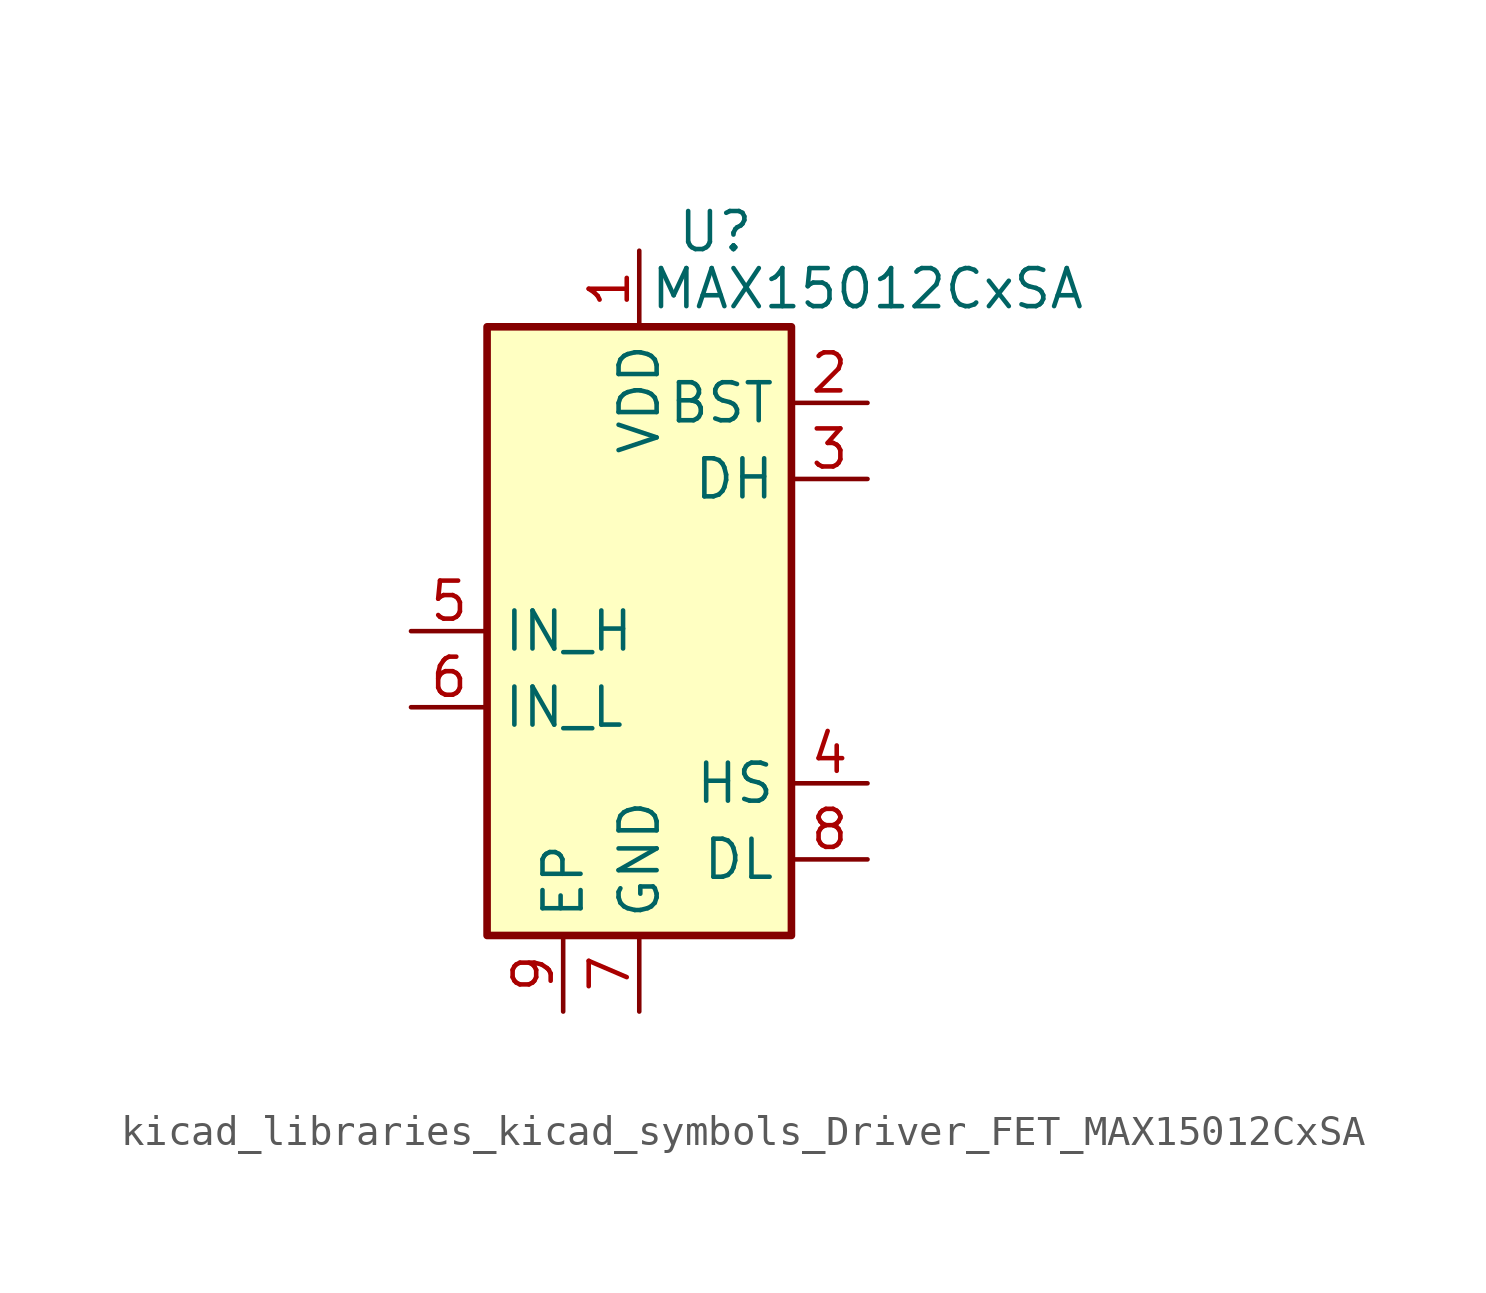
<source format=kicad_sym>
(kicad_symbol_lib
  (version 20220914)
  (generator kicad_symbol_editor)
  (symbol "kicad_libraries_kicad_symbols_Driver_FET_MAX15012CxSA"
    (property "Reference" "U"
      (at 2.54 13.335 0)
      (effects (font (size 1.27 1.27))))
    (property "Value" "MAX15012CxSA"
      (at 7.62 11.43 0)
      (effects (font (size 1.27 1.27))))
    (symbol "kicad_libraries_kicad_symbols_Driver_FET_MAX15012CxSA_0_1"
      (rectangle (start -5.08 -10.16) (end 5.08 10.16) (stroke (width 0.254) (type default)) (fill (type background))))
    (symbol "kicad_libraries_kicad_symbols_Driver_FET_MAX15012CxSA_1_1"
      (pin power_in line (at 0 12.7 270) (length 2.54) (name "VDD" (effects (font (size 1.27 1.27)))) (number "1" (effects (font (size 1.27 1.27)))))
      (pin power_in line (at 7.62 7.62 180) (length 2.54) (name "BST" (effects (font (size 1.27 1.27)))) (number "2" (effects (font (size 1.27 1.27)))))
      (pin output line (at 7.62 5.08 180) (length 2.54) (name "DH" (effects (font (size 1.27 1.27)))) (number "3" (effects (font (size 1.27 1.27)))))
      (pin passive line (at 7.62 -5.08 180) (length 2.54) (name "HS" (effects (font (size 1.27 1.27)))) (number "4" (effects (font (size 1.27 1.27)))))
      (pin input line (at -7.62 0 0) (length 2.54) (name "IN_H" (effects (font (size 1.27 1.27)))) (number "5" (effects (font (size 1.27 1.27)))))
      (pin input line (at -7.62 -2.54 0) (length 2.54) (name "IN_L" (effects (font (size 1.27 1.27)))) (number "6" (effects (font (size 1.27 1.27)))))
      (pin power_in line (at 0 -12.7 90) (length 2.54) (name "GND" (effects (font (size 1.27 1.27)))) (number "7" (effects (font (size 1.27 1.27)))))
      (pin output line (at 7.62 -7.62 180) (length 2.54) (name "DL" (effects (font (size 1.27 1.27)))) (number "8" (effects (font (size 1.27 1.27)))))
      (pin output line (at -2.54 -12.7 90) (length 2.54) (name "EP" (effects (font (size 1.27 1.27)))) (number "9" (effects (font (size 1.27 1.27))))))))
</source>
